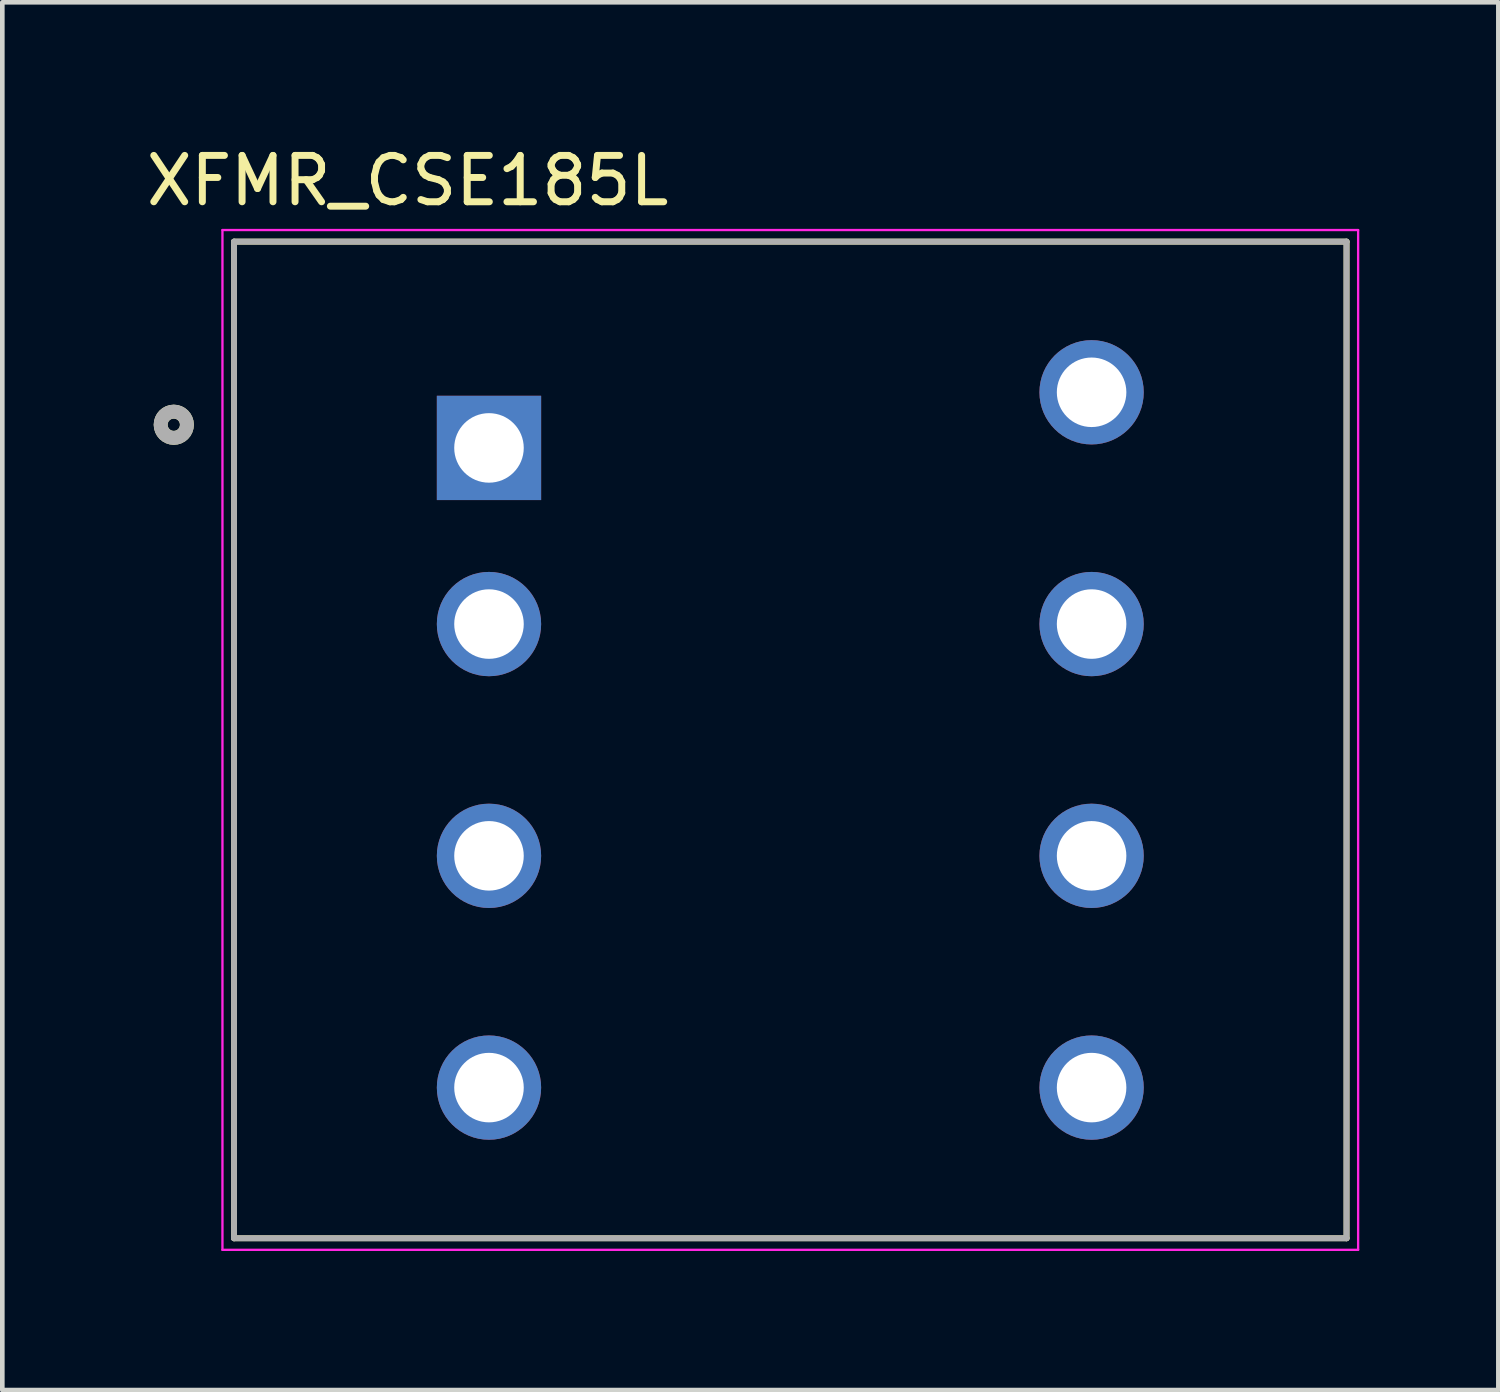
<source format=kicad_pcb>
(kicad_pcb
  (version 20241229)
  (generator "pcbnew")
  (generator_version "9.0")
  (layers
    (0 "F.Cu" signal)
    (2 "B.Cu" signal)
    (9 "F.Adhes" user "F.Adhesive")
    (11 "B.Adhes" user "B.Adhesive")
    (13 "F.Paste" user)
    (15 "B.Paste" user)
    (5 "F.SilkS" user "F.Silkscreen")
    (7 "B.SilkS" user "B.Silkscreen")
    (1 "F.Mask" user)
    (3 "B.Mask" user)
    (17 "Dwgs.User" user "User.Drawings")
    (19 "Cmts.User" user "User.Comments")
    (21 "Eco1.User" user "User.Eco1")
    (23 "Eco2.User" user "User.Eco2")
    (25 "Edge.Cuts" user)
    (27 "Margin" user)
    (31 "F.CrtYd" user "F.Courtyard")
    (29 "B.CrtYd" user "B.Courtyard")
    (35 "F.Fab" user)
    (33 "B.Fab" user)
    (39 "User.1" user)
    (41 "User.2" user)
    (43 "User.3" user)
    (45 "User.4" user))
  (footprint "XFMR_CSE185L"
    (layer "F.Cu")
    (at 13.999 12.913)
    (property "Reference" "XFMR_CSE185L" (at -8.255 -12.065 0) (layer "F.SilkS") (effects (font (size 1 1) (thickness 0.15))))
    (attr through_hole)
    (fp_line (start -12 -10.75) (end 12 -10.75) (stroke (width 0.127) (type solid)) (layer "F.SilkS"))
    (fp_line (start -12 10.75) (end -12 -10.75) (stroke (width 0.127) (type solid)) (layer "F.SilkS"))
    (fp_line (start 12 -10.75) (end 12 10.75) (stroke (width 0.127) (type solid)) (layer "F.SilkS"))
    (fp_line (start 12 10.75) (end -12 10.75) (stroke (width 0.127) (type solid)) (layer "F.SilkS"))
    (fp_circle (center -13.3 -6.8) (end -13.017 -6.8) (stroke (width 0.3) (type solid)) (fill no) (layer "F.SilkS"))
    (fp_line (start -12.25 -11) (end 12.25 -11) (stroke (width 0.05) (type solid)) (layer "F.CrtYd"))
    (fp_line (start -12.25 11) (end -12.25 -11) (stroke (width 0.05) (type solid)) (layer "F.CrtYd"))
    (fp_line (start 12.25 -11) (end 12.25 11) (stroke (width 0.05) (type solid)) (layer "F.CrtYd"))
    (fp_line (start 12.25 11) (end -12.25 11) (stroke (width 0.05) (type solid)) (layer "F.CrtYd"))
    (fp_line (start -12 -10.75) (end 12 -10.75) (stroke (width 0.127) (type solid)) (layer "F.Fab"))
    (fp_line (start -12 10.75) (end -12 -10.75) (stroke (width 0.127) (type solid)) (layer "F.Fab"))
    (fp_line (start 12 -10.75) (end 12 10.75) (stroke (width 0.127) (type solid)) (layer "F.Fab"))
    (fp_line (start 12 10.75) (end -12 10.75) (stroke (width 0.127) (type solid)) (layer "F.Fab"))
    (fp_circle (center -13.3 -6.8) (end -13.017 -6.8) (stroke (width 0.3) (type solid)) (fill no) (layer "F.Fab"))
    (pad "1" thru_hole rect (at -6.5 -6.3) (size 2.25 2.25) (drill 1.5) (layers "*.Cu" "*.Mask"))
    (pad "2" thru_hole circle (at -6.5 -2.5) (size 2.25 2.25) (drill 1.5) (layers "*.Cu" "*.Mask"))
    (pad "3" thru_hole circle (at -6.5 2.5) (size 2.25 2.25) (drill 1.5) (layers "*.Cu" "*.Mask"))
    (pad "4" thru_hole circle (at -6.5 7.5) (size 2.25 2.25) (drill 1.5) (layers "*.Cu" "*.Mask"))
    (pad "5" thru_hole circle (at 6.5 7.5) (size 2.25 2.25) (drill 1.5) (layers "*.Cu" "*.Mask"))
    (pad "6" thru_hole circle (at 6.5 2.5) (size 2.25 2.25) (drill 1.5) (layers "*.Cu" "*.Mask"))
    (pad "7" thru_hole circle (at 6.5 -2.5) (size 2.25 2.25) (drill 1.5) (layers "*.Cu" "*.Mask"))
    (pad "8" thru_hole circle (at 6.5 -7.5) (size 2.25 2.25) (drill 1.5) (layers "*.Cu" "*.Mask")))
  (gr_rect
    (start -3 -3)
    (end 29.274 26.938)
    (stroke (width 0.1) (type default))
    (fill no)
    (layer "Edge.Cuts")))
</source>
